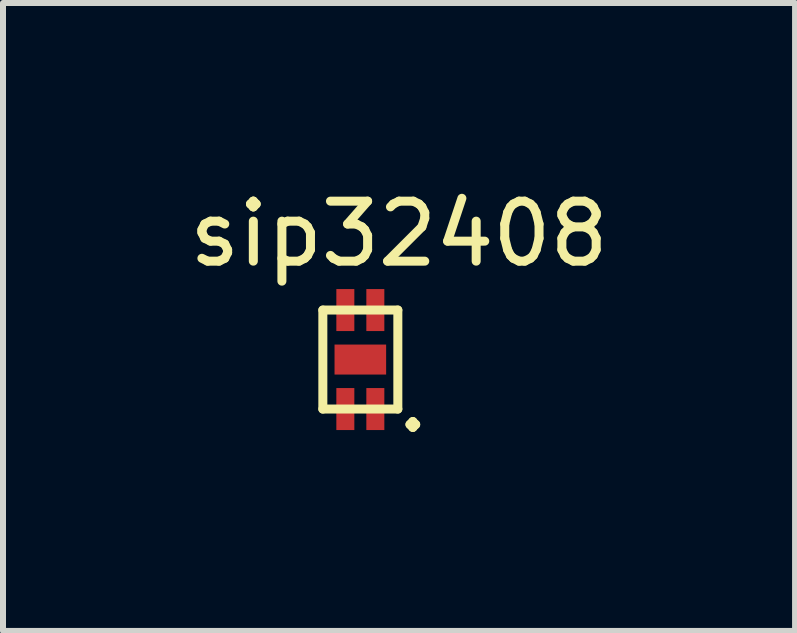
<source format=kicad_pcb>
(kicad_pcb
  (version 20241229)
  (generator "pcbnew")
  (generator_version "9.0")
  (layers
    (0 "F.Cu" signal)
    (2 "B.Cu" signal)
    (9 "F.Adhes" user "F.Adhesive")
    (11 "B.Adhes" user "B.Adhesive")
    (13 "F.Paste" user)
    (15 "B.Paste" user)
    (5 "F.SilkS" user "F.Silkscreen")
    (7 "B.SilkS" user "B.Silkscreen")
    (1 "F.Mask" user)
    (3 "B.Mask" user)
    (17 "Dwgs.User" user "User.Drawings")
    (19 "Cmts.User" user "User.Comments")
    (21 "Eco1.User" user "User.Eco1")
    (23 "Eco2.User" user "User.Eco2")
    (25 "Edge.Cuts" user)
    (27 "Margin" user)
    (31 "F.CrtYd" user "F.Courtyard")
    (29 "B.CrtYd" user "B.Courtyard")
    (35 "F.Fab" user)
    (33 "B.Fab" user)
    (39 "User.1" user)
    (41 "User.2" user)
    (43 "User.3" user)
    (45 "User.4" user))
  (footprint "sip32408"
    (layer "F.Cu")
    (at 3.601 2.118)
    (property "Reference" "sip32408" (at 0 -1.27 0) (layer "F.SilkS") (effects (font (size 1 1) (thickness 0.15))))
    (attr through_hole)
    (fp_line (start -1.27 0) (end -0.02 0) (stroke (width 0.15) (type solid)) (layer "F.SilkS"))
    (fp_line (start -1.27 1.65) (end -1.27 0) (stroke (width 0.15) (type solid)) (layer "F.SilkS"))
    (fp_line (start -0.02 0) (end -0.02 1.65) (stroke (width 0.15) (type solid)) (layer "F.SilkS"))
    (fp_line (start -0.02 1.65) (end -1.27 1.65) (stroke (width 0.15) (type solid)) (layer "F.SilkS"))
    (fp_text user "." (at 0.23 1.5 0) (layer "F.SilkS") (effects (font (size 1 1) (thickness 0.15))))
    (pad "1" smd rect (at -0.395 1.65) (size 0.3 0.7) (layers "F.Cu" "F.Mask" "F.Paste"))
    (pad "2" smd rect (at -0.895 1.65) (size 0.3 0.7) (layers "F.Cu" "F.Mask" "F.Paste"))
    (pad "3" smd rect (at -0.895 0) (size 0.3 0.7) (layers "F.Cu" "F.Mask" "F.Paste"))
    (pad "4" smd rect (at -0.395 0) (size 0.3 0.7) (layers "F.Cu" "F.Mask" "F.Paste"))
    (pad "5" smd rect (at -0.645 0.825) (size 0.86 0.5) (layers "F.Cu" "F.Mask" "F.Paste")))
  (gr_rect
    (start -3 -3)
    (end 10.202 7.466)
    (stroke (width 0.1) (type default))
    (fill no)
    (layer "Edge.Cuts")))
</source>
